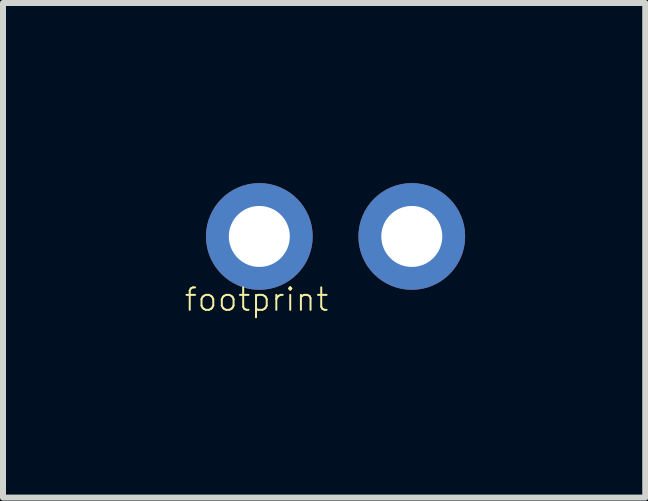
<source format=kicad_pcb>
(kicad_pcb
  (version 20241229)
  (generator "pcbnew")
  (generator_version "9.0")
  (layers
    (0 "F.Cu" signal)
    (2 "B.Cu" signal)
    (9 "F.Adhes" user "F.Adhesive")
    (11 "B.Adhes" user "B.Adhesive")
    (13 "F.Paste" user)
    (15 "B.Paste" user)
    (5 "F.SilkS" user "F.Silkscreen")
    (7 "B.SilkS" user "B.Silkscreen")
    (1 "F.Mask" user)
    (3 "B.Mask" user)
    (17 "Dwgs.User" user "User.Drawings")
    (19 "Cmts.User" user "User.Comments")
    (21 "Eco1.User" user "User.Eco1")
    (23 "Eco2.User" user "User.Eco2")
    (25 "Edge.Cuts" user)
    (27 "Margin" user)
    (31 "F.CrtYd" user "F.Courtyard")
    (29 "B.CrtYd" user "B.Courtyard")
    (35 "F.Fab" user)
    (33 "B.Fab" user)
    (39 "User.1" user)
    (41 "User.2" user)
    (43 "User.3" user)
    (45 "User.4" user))
  (footprint "footprint"
    (layer "F.Cu")
    (at 2.54 0.889)
    (property "Reference" "footprint" (at -2.54 1.27 0) (layer "F.SilkS") (effects (font (size 0.374 0.374) (thickness 0.033)) (justify left bottom)))
    (pad "1" thru_hole circle (at -1.27 0) (size 1.778 1.778) (drill 1.016) (layers "*.Cu" "*.Mask"))
    (pad "2" thru_hole circle (at 1.27 0) (size 1.778 1.778) (drill 1.016) (layers "*.Cu" "*.Mask")))
  (gr_rect
    (start -3 -3)
    (end 7.699 5.239)
    (stroke (width 0.1) (type default))
    (fill no)
    (layer "Edge.Cuts")))
</source>
